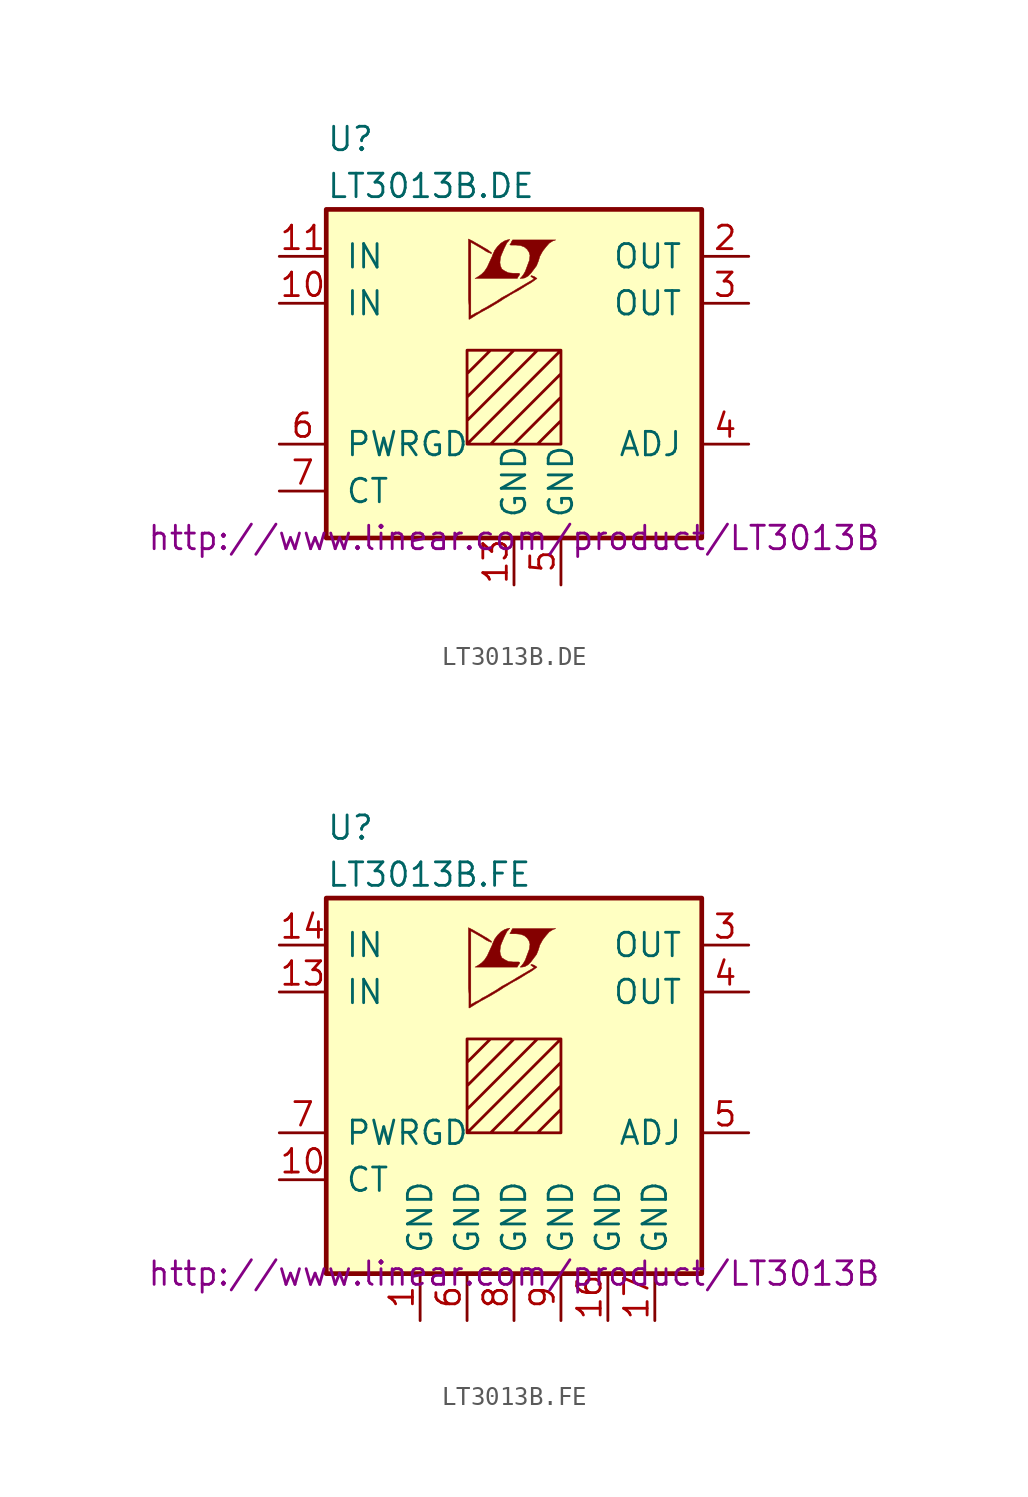
<source format=kicad_sym>
(kicad_symbol_lib
  (version 20201005)
  (generator kicad_symbol_editor)
  (symbol "LT3013B.DE"
    (pin_names
      (offset 1.016))
    (property "Reference" "U"
      (at -10.16 13.97 0)
      (effects (font (size 1.27 1.27)) (justify left)))
    (property "Value" "LT3013B.DE"
      (at -10.16 11.43 0)
      (effects (font (size 1.27 1.27)) (justify left)))
    (property "Datasheet" "http://www.linear.com/product/LT3013B"
      (at 0 -7.62 0)
      (effects (font (size 1.27 1.27))))
    (symbol "LT3013B.DE_0_0"
      (polyline (pts (xy 0.584 6.452) (xy 0.762 6.553) (xy 0.914 6.706) (xy 1.219 7.112) (xy 1.321 7.366) (xy 1.397 7.62) (xy 1.549 7.899) (xy 1.727 8.128) (xy 1.905 8.331) (xy 2.108 8.458) (xy 2.261 8.509) (xy -0.076 8.509) (xy -0.152 8.382) (xy -0.152 8.357) (xy -0.203 8.28) (xy -0.229 8.255) (xy -0.178 8.23) (xy 0.102 8.23) (xy 0.356 8.204) (xy 0.559 8.128) (xy 0.711 8.001) (xy 0.813 7.849) (xy 0.864 7.671) (xy 0.838 7.442) (xy 0.838 7.417) (xy 0.61 6.807) (xy 0.508 6.629) (xy 0.406 6.502) (xy 0.33 6.426) (xy 0.432 6.426) (xy 0.584 6.452)) (stroke (width 0.025)) (fill (type outline)))
      (polyline (pts (xy 0.229 6.528) (xy 0.254 6.553) (xy 0.305 6.629) (xy 0.305 6.68) (xy 0.254 6.706) (xy -0.051 6.706) (xy -0.305 6.731) (xy -0.508 6.833) (xy -0.66 6.934) (xy -0.737 7.112) (xy -0.762 7.29) (xy -0.737 7.518) (xy -0.737 7.544) (xy -0.686 7.696) (xy -0.533 8.052) (xy -0.381 8.357) (xy -0.305 8.433) (xy -0.229 8.534) (xy -0.356 8.509) (xy -0.508 8.458) (xy -0.711 8.331) (xy -0.889 8.153) (xy -1.041 7.95) (xy -1.168 7.671) (xy -1.168 7.645) (xy -1.321 7.315) (xy -1.448 7.036) (xy -1.6 6.807) (xy -1.753 6.655) (xy -1.93 6.528) (xy -2.108 6.426) (xy 0.178 6.426) (xy 0.229 6.528)) (stroke (width 0.025)) (fill (type outline)))
      (polyline (pts (xy -2.362 4.242) (xy -2.286 4.293) (xy -2.159 4.369) (xy -2.083 4.42) (xy -1.829 4.572) (xy -1.27 4.877) (xy -0.762 5.182) (xy -0.533 5.334) (xy -0.356 5.436) (xy -0.203 5.537) (xy -0.102 5.588) (xy -0.025 5.639) (xy 0.127 5.715) (xy 0.305 5.817) (xy 0.711 6.071) (xy 0.889 6.172) (xy 1.041 6.274) (xy 1.143 6.35) (xy 1.219 6.401) (xy 1.245 6.426) (xy 1.092 6.528) (xy 0.94 6.579) (xy 0.914 6.553) (xy 0.914 6.528) (xy 0.991 6.477) (xy 1.092 6.401) (xy 0.178 5.867) (xy -0.025 5.74) (xy -0.33 5.563) (xy -0.66 5.385) (xy -0.965 5.182) (xy -1.27 5.004) (xy -1.524 4.851) (xy -1.727 4.75) (xy -1.905 4.623) (xy -2.083 4.547) (xy -2.21 4.47) (xy -2.311 4.42) (xy -2.337 4.394) (xy -2.337 8.382) (xy -1.803 8.077) (xy -1.676 8.001) (xy -1.524 7.899) (xy -1.372 7.823) (xy -1.295 7.798) (xy -1.245 7.772) (xy -1.219 7.772) (xy -1.219 7.823) (xy -1.295 7.874) (xy -1.422 7.976) (xy -1.6 8.077) (xy -1.727 8.153) (xy -2.083 8.357) (xy -2.21 8.433) (xy -2.464 8.56) (xy -2.464 5.283) (xy -2.438 4.978) (xy -2.438 4.216) (xy -2.413 4.216) (xy -2.362 4.242)) (stroke (width 0.025)) (fill (type outline))))
    (symbol "LT3013B.DE_0_1"
      (rectangle (start -10.16 10.16) (end 10.16 -7.62) (stroke (width 0.254)) (fill (type background)))
      (polyline (pts (xy -2.54 1.27) (xy -1.27 2.54) (xy 0 2.54) (xy -2.54 0) (xy -2.54 -1.27) (xy 1.27 2.54) (xy 2.54 2.54) (xy -2.54 -2.54) (xy -1.27 -2.54) (xy 2.54 1.27) (xy 2.54 0) (xy 0 -2.54) (xy 1.27 -2.54) (xy 2.54 -1.27) (xy 2.54 -2.54) (xy -2.54 -2.54) (xy -2.54 2.54) (xy 2.54 2.54) (xy 2.54 -2.54)) (stroke (width 0)) (fill (type none))))
    (symbol "LT3013B.DE_1_1"
      (pin unconnected line (at 12.7 2.54 180) (length 2.54) hide (name "NC" (effects (font (size 1.27 1.27)))) (number "1" (effects (font (size 1.27 1.27)))))
      (pin power_in line (at -12.7 5.08 0) (length 2.54) (name "IN" (effects (font (size 1.27 1.27)))) (number "10" (effects (font (size 1.27 1.27)))))
      (pin power_in line (at -12.7 7.62 0) (length 2.54) (name "IN" (effects (font (size 1.27 1.27)))) (number "11" (effects (font (size 1.27 1.27)))))
      (pin unconnected line (at 12.7 -5.08 180) (length 2.54) hide (name "NC" (effects (font (size 1.27 1.27)))) (number "12" (effects (font (size 1.27 1.27)))))
      (pin power_in line (at 0 -10.16 90) (length 2.54) (name "GND" (effects (font (size 1.27 1.27)))) (number "13" (effects (font (size 1.27 1.27)))))
      (pin power_out line (at 12.7 7.62 180) (length 2.54) (name "OUT" (effects (font (size 1.27 1.27)))) (number "2" (effects (font (size 1.27 1.27)))))
      (pin power_out line (at 12.7 5.08 180) (length 2.54) (name "OUT" (effects (font (size 1.27 1.27)))) (number "3" (effects (font (size 1.27 1.27)))))
      (pin passive line (at 12.7 -2.54 180) (length 2.54) (name "ADJ" (effects (font (size 1.27 1.27)))) (number "4" (effects (font (size 1.27 1.27)))))
      (pin power_in line (at 2.54 -10.16 90) (length 2.54) (name "GND" (effects (font (size 1.27 1.27)))) (number "5" (effects (font (size 1.27 1.27)))))
      (pin open_collector line (at -12.7 -2.54 0) (length 2.54) (name "PWRGD" (effects (font (size 1.27 1.27)))) (number "6" (effects (font (size 1.27 1.27)))))
      (pin passive line (at -12.7 -5.08 0) (length 2.54) (name "CT" (effects (font (size 1.27 1.27)))) (number "7" (effects (font (size 1.27 1.27)))))
      (pin input line (at -12.7 2.54 0) (length 2.54) hide (name "NC" (effects (font (size 1.27 1.27)))) (number "8" (effects (font (size 1.27 1.27)))))
      (pin unconnected line (at 12.7 0 180) (length 2.54) hide (name "NC" (effects (font (size 1.27 1.27)))) (number "9" (effects (font (size 1.27 1.27)))))))
  (symbol "LT3013B.FE"
    (pin_names
      (offset 1.016))
    (property "Reference" "U"
      (at -10.16 13.97 0)
      (effects (font (size 1.27 1.27)) (justify left)))
    (property "Value" "LT3013B.FE"
      (at -10.16 11.43 0)
      (effects (font (size 1.27 1.27)) (justify left)))
    (property "Datasheet" "http://www.linear.com/product/LT3013B"
      (at 0 -10.16 0)
      (effects (font (size 1.27 1.27))))
    (symbol "LT3013B.FE_0_0"
      (polyline (pts (xy 0.584 6.452) (xy 0.762 6.553) (xy 0.914 6.706) (xy 1.219 7.112) (xy 1.321 7.366) (xy 1.397 7.62) (xy 1.549 7.899) (xy 1.727 8.128) (xy 1.905 8.331) (xy 2.108 8.458) (xy 2.261 8.509) (xy -0.076 8.509) (xy -0.152 8.382) (xy -0.152 8.357) (xy -0.203 8.28) (xy -0.229 8.255) (xy -0.178 8.23) (xy 0.102 8.23) (xy 0.356 8.204) (xy 0.559 8.128) (xy 0.711 8.001) (xy 0.813 7.849) (xy 0.864 7.671) (xy 0.838 7.442) (xy 0.838 7.417) (xy 0.61 6.807) (xy 0.508 6.629) (xy 0.406 6.502) (xy 0.33 6.426) (xy 0.432 6.426) (xy 0.584 6.452)) (stroke (width 0.025)) (fill (type outline)))
      (polyline (pts (xy 0.229 6.528) (xy 0.254 6.553) (xy 0.305 6.629) (xy 0.305 6.68) (xy 0.254 6.706) (xy -0.051 6.706) (xy -0.305 6.731) (xy -0.508 6.833) (xy -0.66 6.934) (xy -0.737 7.112) (xy -0.762 7.29) (xy -0.737 7.518) (xy -0.737 7.544) (xy -0.686 7.696) (xy -0.533 8.052) (xy -0.381 8.357) (xy -0.305 8.433) (xy -0.229 8.534) (xy -0.356 8.509) (xy -0.508 8.458) (xy -0.711 8.331) (xy -0.889 8.153) (xy -1.041 7.95) (xy -1.168 7.671) (xy -1.168 7.645) (xy -1.321 7.315) (xy -1.448 7.036) (xy -1.6 6.807) (xy -1.753 6.655) (xy -1.93 6.528) (xy -2.108 6.426) (xy 0.178 6.426) (xy 0.229 6.528)) (stroke (width 0.025)) (fill (type outline)))
      (polyline (pts (xy -2.362 4.242) (xy -2.286 4.293) (xy -2.159 4.369) (xy -2.083 4.42) (xy -1.829 4.572) (xy -1.27 4.877) (xy -0.762 5.182) (xy -0.533 5.334) (xy -0.356 5.436) (xy -0.203 5.537) (xy -0.102 5.588) (xy -0.025 5.639) (xy 0.127 5.715) (xy 0.305 5.817) (xy 0.711 6.071) (xy 0.889 6.172) (xy 1.041 6.274) (xy 1.143 6.35) (xy 1.219 6.401) (xy 1.245 6.426) (xy 1.092 6.528) (xy 0.94 6.579) (xy 0.914 6.553) (xy 0.914 6.528) (xy 0.991 6.477) (xy 1.092 6.401) (xy 0.178 5.867) (xy -0.025 5.74) (xy -0.33 5.563) (xy -0.66 5.385) (xy -0.965 5.182) (xy -1.27 5.004) (xy -1.524 4.851) (xy -1.727 4.75) (xy -1.905 4.623) (xy -2.083 4.547) (xy -2.21 4.47) (xy -2.311 4.42) (xy -2.337 4.394) (xy -2.337 8.382) (xy -1.803 8.077) (xy -1.676 8.001) (xy -1.524 7.899) (xy -1.372 7.823) (xy -1.295 7.798) (xy -1.245 7.772) (xy -1.219 7.772) (xy -1.219 7.823) (xy -1.295 7.874) (xy -1.422 7.976) (xy -1.6 8.077) (xy -1.727 8.153) (xy -2.083 8.357) (xy -2.21 8.433) (xy -2.464 8.56) (xy -2.464 5.283) (xy -2.438 4.978) (xy -2.438 4.216) (xy -2.413 4.216) (xy -2.362 4.242)) (stroke (width 0.025)) (fill (type outline))))
    (symbol "LT3013B.FE_0_1"
      (rectangle (start -10.16 10.16) (end 10.16 -10.16) (stroke (width 0.254)) (fill (type background)))
      (polyline (pts (xy -2.54 1.27) (xy -1.27 2.54) (xy 0 2.54) (xy -2.54 0) (xy -2.54 -1.27) (xy 1.27 2.54) (xy 2.54 2.54) (xy -2.54 -2.54) (xy -1.27 -2.54) (xy 2.54 1.27) (xy 2.54 0) (xy 0 -2.54) (xy 1.27 -2.54) (xy 2.54 -1.27) (xy 2.54 -2.54) (xy -2.54 -2.54) (xy -2.54 2.54) (xy 2.54 2.54) (xy 2.54 -2.54)) (stroke (width 0)) (fill (type none))))
    (symbol "LT3013B.FE_1_1"
      (pin power_in line (at -5.08 -12.7 90) (length 2.54) (name "GND" (effects (font (size 1.27 1.27)))) (number "1" (effects (font (size 1.27 1.27)))))
      (pin passive line (at -12.7 -5.08 0) (length 2.54) (name "CT" (effects (font (size 1.27 1.27)))) (number "10" (effects (font (size 1.27 1.27)))))
      (pin unconnected line (at -12.7 2.54 0) (length 2.54) hide (name "NC" (effects (font (size 1.27 1.27)))) (number "11" (effects (font (size 1.27 1.27)))))
      (pin unconnected line (at 12.7 -5.08 180) (length 2.54) hide (name "NC" (effects (font (size 1.27 1.27)))) (number "12" (effects (font (size 1.27 1.27)))))
      (pin power_in line (at -12.7 5.08 0) (length 2.54) (name "IN" (effects (font (size 1.27 1.27)))) (number "13" (effects (font (size 1.27 1.27)))))
      (pin power_in line (at -12.7 7.62 0) (length 2.54) (name "IN" (effects (font (size 1.27 1.27)))) (number "14" (effects (font (size 1.27 1.27)))))
      (pin unconnected line (at 12.7 0 180) (length 2.54) hide (name "NC" (effects (font (size 1.27 1.27)))) (number "15" (effects (font (size 1.27 1.27)))))
      (pin power_in line (at 5.08 -12.7 90) (length 2.54) (name "GND" (effects (font (size 1.27 1.27)))) (number "16" (effects (font (size 1.27 1.27)))))
      (pin power_in line (at 7.62 -12.7 90) (length 2.54) (name "GND" (effects (font (size 1.27 1.27)))) (number "17" (effects (font (size 1.27 1.27)))))
      (pin unconnected line (at 12.7 2.54 180) (length 2.54) hide (name "NC" (effects (font (size 1.27 1.27)))) (number "2" (effects (font (size 1.27 1.27)))))
      (pin power_out line (at 12.7 7.62 180) (length 2.54) (name "OUT" (effects (font (size 1.27 1.27)))) (number "3" (effects (font (size 1.27 1.27)))))
      (pin power_out line (at 12.7 5.08 180) (length 2.54) (name "OUT" (effects (font (size 1.27 1.27)))) (number "4" (effects (font (size 1.27 1.27)))))
      (pin passive line (at 12.7 -2.54 180) (length 2.54) (name "ADJ" (effects (font (size 1.27 1.27)))) (number "5" (effects (font (size 1.27 1.27)))))
      (pin power_in line (at -2.54 -12.7 90) (length 2.54) (name "GND" (effects (font (size 1.27 1.27)))) (number "6" (effects (font (size 1.27 1.27)))))
      (pin open_collector line (at -12.7 -2.54 0) (length 2.54) (name "PWRGD" (effects (font (size 1.27 1.27)))) (number "7" (effects (font (size 1.27 1.27)))))
      (pin power_in line (at 0 -12.7 90) (length 2.54) (name "GND" (effects (font (size 1.27 1.27)))) (number "8" (effects (font (size 1.27 1.27)))))
      (pin power_in line (at 2.54 -12.7 90) (length 2.54) (name "GND" (effects (font (size 1.27 1.27)))) (number "9" (effects (font (size 1.27 1.27))))))))
</source>
